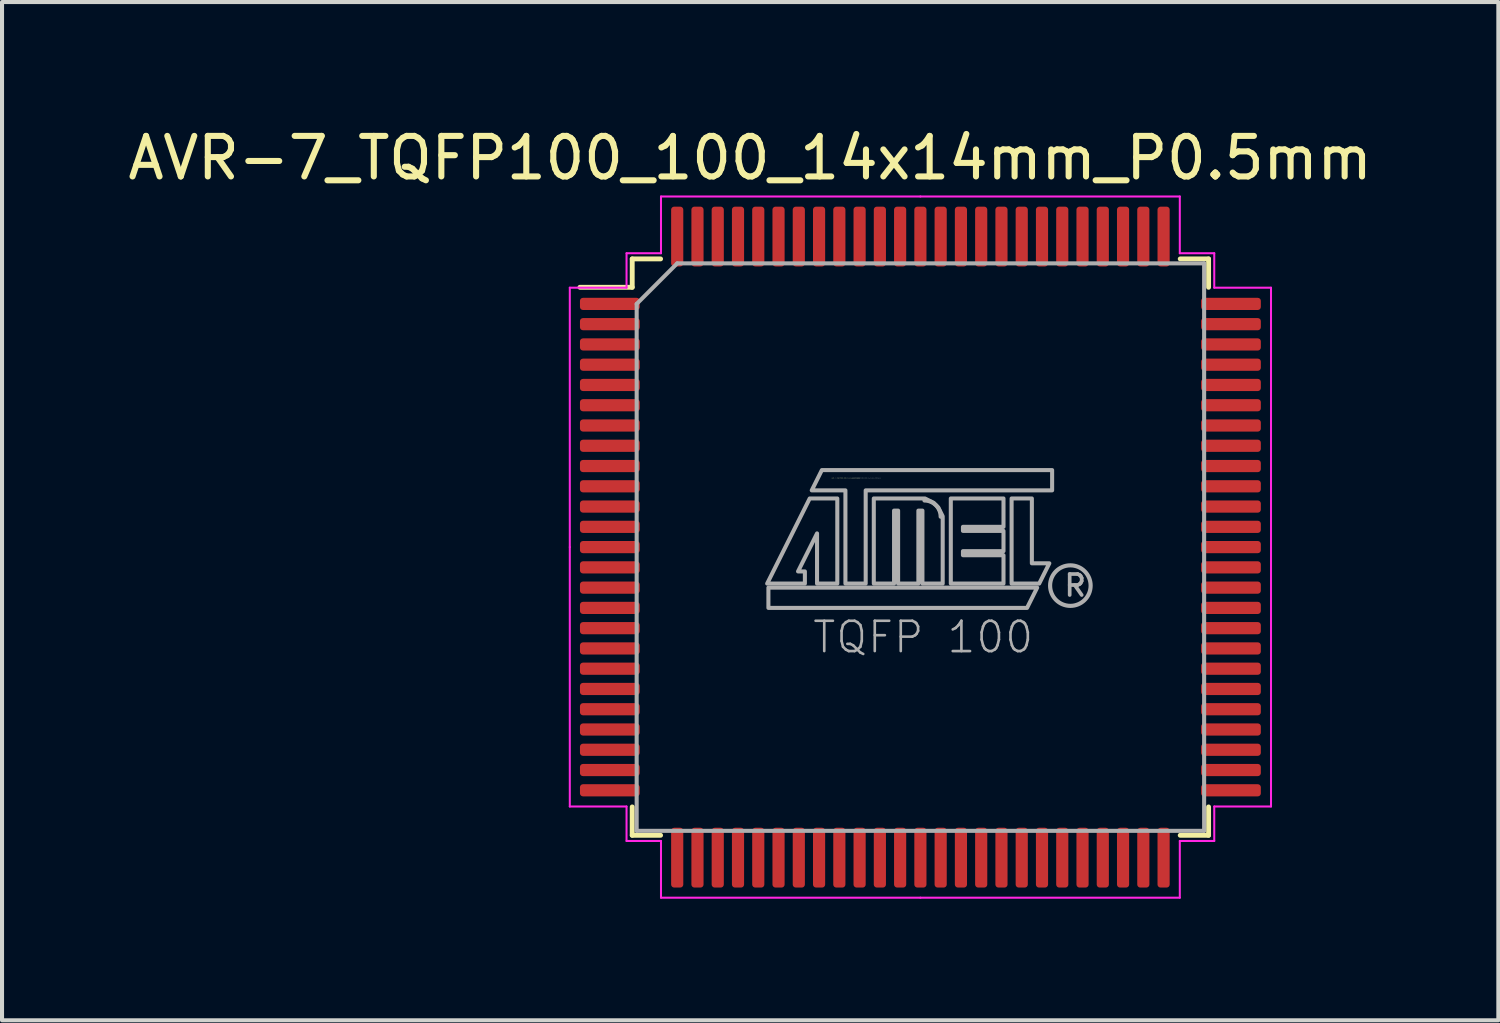
<source format=kicad_pcb>
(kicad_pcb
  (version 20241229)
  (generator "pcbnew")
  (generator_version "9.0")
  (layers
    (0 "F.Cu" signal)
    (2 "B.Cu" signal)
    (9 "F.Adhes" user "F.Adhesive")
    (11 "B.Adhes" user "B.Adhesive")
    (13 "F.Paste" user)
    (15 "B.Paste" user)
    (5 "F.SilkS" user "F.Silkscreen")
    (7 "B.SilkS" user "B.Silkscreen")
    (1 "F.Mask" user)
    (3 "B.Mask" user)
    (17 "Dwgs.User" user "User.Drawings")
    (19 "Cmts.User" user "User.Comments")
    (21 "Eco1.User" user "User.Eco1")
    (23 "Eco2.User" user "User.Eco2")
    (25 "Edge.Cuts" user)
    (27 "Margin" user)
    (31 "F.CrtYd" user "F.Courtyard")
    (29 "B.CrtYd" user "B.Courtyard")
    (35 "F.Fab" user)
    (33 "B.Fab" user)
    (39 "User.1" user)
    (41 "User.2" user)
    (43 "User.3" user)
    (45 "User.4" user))
  (footprint "AVR-7_TQFP100_100_14x14mm_P0.5mm"
    (layer "F.Cu")
    (at 19.658 10.448)
    (property "Reference" "AVR-7_TQFP100_100_14x14mm_P0.5mm" (at -4.2 -9.6 0) (layer "F.SilkS") (effects (font (size 1 1) (thickness 0.15))))
    (property "Value" "AVR-7_TQFP100_100_14x14mm_P0.5mm" (at 0 9.35 0) (layer "F.Fab") (hide yes) (effects (font (size 0.6 0.6) (thickness 0.15))))
    (attr smd)
    (fp_line (start -7.11 -7.11) (end -7.11 -6.41) (stroke (width 0.12) (type solid)) (layer "F.SilkS"))
    (fp_line (start -7.11 -6.41) (end -8.4 -6.41) (stroke (width 0.12) (type solid)) (layer "F.SilkS"))
    (fp_line (start -7.11 7.11) (end -7.11 6.41) (stroke (width 0.12) (type solid)) (layer "F.SilkS"))
    (fp_line (start -6.41 -7.11) (end -7.11 -7.11) (stroke (width 0.12) (type solid)) (layer "F.SilkS"))
    (fp_line (start -6.41 7.11) (end -7.11 7.11) (stroke (width 0.12) (type solid)) (layer "F.SilkS"))
    (fp_line (start 6.41 -7.11) (end 7.11 -7.11) (stroke (width 0.12) (type solid)) (layer "F.SilkS"))
    (fp_line (start 6.41 7.11) (end 7.11 7.11) (stroke (width 0.12) (type solid)) (layer "F.SilkS"))
    (fp_line (start 7.11 -7.11) (end 7.11 -6.41) (stroke (width 0.12) (type solid)) (layer "F.SilkS"))
    (fp_line (start 7.11 7.11) (end 7.11 6.41) (stroke (width 0.12) (type solid)) (layer "F.SilkS"))
    (fp_line (start -8.65 -6.4) (end -8.65 0) (stroke (width 0.05) (type solid)) (layer "F.CrtYd"))
    (fp_line (start -8.65 6.4) (end -8.65 0) (stroke (width 0.05) (type solid)) (layer "F.CrtYd"))
    (fp_line (start -7.25 -7.25) (end -7.25 -6.4) (stroke (width 0.05) (type solid)) (layer "F.CrtYd"))
    (fp_line (start -7.25 -6.4) (end -8.65 -6.4) (stroke (width 0.05) (type solid)) (layer "F.CrtYd"))
    (fp_line (start -7.25 6.4) (end -8.65 6.4) (stroke (width 0.05) (type solid)) (layer "F.CrtYd"))
    (fp_line (start -7.25 7.25) (end -7.25 6.4) (stroke (width 0.05) (type solid)) (layer "F.CrtYd"))
    (fp_line (start -6.4 -8.65) (end -6.4 -7.25) (stroke (width 0.05) (type solid)) (layer "F.CrtYd"))
    (fp_line (start -6.4 -7.25) (end -7.25 -7.25) (stroke (width 0.05) (type solid)) (layer "F.CrtYd"))
    (fp_line (start -6.4 7.25) (end -7.25 7.25) (stroke (width 0.05) (type solid)) (layer "F.CrtYd"))
    (fp_line (start -6.4 8.65) (end -6.4 7.25) (stroke (width 0.05) (type solid)) (layer "F.CrtYd"))
    (fp_line (start 0 -8.65) (end -6.4 -8.65) (stroke (width 0.05) (type solid)) (layer "F.CrtYd"))
    (fp_line (start 0 -8.65) (end 6.4 -8.65) (stroke (width 0.05) (type solid)) (layer "F.CrtYd"))
    (fp_line (start 0 8.65) (end -6.4 8.65) (stroke (width 0.05) (type solid)) (layer "F.CrtYd"))
    (fp_line (start 0 8.65) (end 6.4 8.65) (stroke (width 0.05) (type solid)) (layer "F.CrtYd"))
    (fp_line (start 6.4 -8.65) (end 6.4 -7.25) (stroke (width 0.05) (type solid)) (layer "F.CrtYd"))
    (fp_line (start 6.4 -7.25) (end 7.25 -7.25) (stroke (width 0.05) (type solid)) (layer "F.CrtYd"))
    (fp_line (start 6.4 7.25) (end 7.25 7.25) (stroke (width 0.05) (type solid)) (layer "F.CrtYd"))
    (fp_line (start 6.4 8.65) (end 6.4 7.25) (stroke (width 0.05) (type solid)) (layer "F.CrtYd"))
    (fp_line (start 7.25 -7.25) (end 7.25 -6.4) (stroke (width 0.05) (type solid)) (layer "F.CrtYd"))
    (fp_line (start 7.25 -6.4) (end 8.65 -6.4) (stroke (width 0.05) (type solid)) (layer "F.CrtYd"))
    (fp_line (start 7.25 6.4) (end 8.65 6.4) (stroke (width 0.05) (type solid)) (layer "F.CrtYd"))
    (fp_line (start 7.25 7.25) (end 7.25 6.4) (stroke (width 0.05) (type solid)) (layer "F.CrtYd"))
    (fp_line (start 8.65 -6.4) (end 8.65 0) (stroke (width 0.05) (type solid)) (layer "F.CrtYd"))
    (fp_line (start 8.65 6.4) (end 8.65 0) (stroke (width 0.05) (type solid)) (layer "F.CrtYd"))
    (fp_line (start -7 -6) (end -6 -7) (stroke (width 0.1) (type solid)) (layer "F.Fab"))
    (fp_line (start -7 7) (end -7 -6) (stroke (width 0.1) (type solid)) (layer "F.Fab"))
    (fp_line (start -6 -7) (end 7 -7) (stroke (width 0.1) (type solid)) (layer "F.Fab"))
    (fp_line (start 7 -7) (end 7 7) (stroke (width 0.1) (type solid)) (layer "F.Fab"))
    (fp_line (start 7 7) (end -7 7) (stroke (width 0.1) (type solid)) (layer "F.Fab"))
    (fp_arc (start 0.1001 -1.1497) (mid 0.382893 -1.032522) (end 0.5 -0.7497) (stroke (width 0.1016) (type solid)) (layer "F.Fab"))
    (fp_circle (center 3.7 0.95) (end 4.2 0.95) (stroke (width 0.102) (type solid)) (fill no) (layer "F.Fab"))
    (fp_poly (pts (xy 2.631 1.5) (xy -3.75 1.5) (xy -3.75 1) (xy 2.881 1)) (stroke (width 0.1) (type default)) (fill no) (layer "F.Fab"))
    (fp_poly (pts (xy 2.75 0.4) (xy 3.181 0.4) (xy 2.931 0.9) (xy 2.25 0.9) (xy 2.25 -1.2) (xy 2.75 -1.2)) (stroke (width 0.1) (type default)) (fill no) (layer "F.Fab"))
    (fp_poly (pts (xy 3.25 -1.4) (xy -1.35 -1.4) (xy -1.35 0.9) (xy -1.85 0.9) (xy -1.85 -1.4) (xy -2.681 -1.4) (xy -2.431 -1.9) (xy 3.25 -1.9)) (stroke (width 0.1) (type default)) (fill no) (layer "F.Fab"))
    (fp_poly (pts (xy -2.05 0.9) (xy -2.55 0.9) (xy -2.55 -0.338) (xy -3.019 0.6) (xy -2.85 0.6) (xy -2.85 0.9) (xy -3.781 0.9) (xy -2.731 -1.2) (xy -2.05 -1.2)) (stroke (width 0.1) (type default)) (fill no) (layer "F.Fab"))
    (fp_poly (pts (xy 2.05 -0.5) (xy 1.05 -0.5) (xy 1.05 -0.4) (xy 2.05 -0.4) (xy 2.05 0.1) (xy 1.05 0.1) (xy 1.05 0.2) (xy 2.05 0.2) (xy 2.05 0.9) (xy 0.75 0.9) (xy 0.75 -1.2) (xy 2.05 -1.2)) (stroke (width 0.1) (type default)) (fill no) (layer "F.Fab"))
    (fp_poly (pts (xy 0.33 -1.091) (xy 0.441 -0.979) (xy 0.55 -0.761) (xy 0.55 0.9) (xy 0.05 0.9) (xy 0.05 -0.9) (xy -0.05 -0.9) (xy -0.05 0.9) (xy -0.55 0.9) (xy -0.55 -0.9) (xy -0.65 -0.9) (xy -0.65 0.9) (xy -1.15 0.9) (xy -1.15 -1.2) (xy 0.112 -1.2)) (stroke (width 0.1) (type default)) (fill no) (layer "F.Fab"))
    (fp_text user "${REFERENCE}" (at -2.192 -1.688 0) (layer "F.SilkS") (effects (font (size 0.023 0.023) (thickness 0.002)) (justify left bottom)))
    (fp_text user "${VALUE}" (at -1.684 -1.688 0) (layer "F.Fab") (effects (font (size 0.023 0.023) (thickness 0.002)) (justify left bottom)))
    (fp_text user "R" (at 3.5 1.25 0) (layer "F.Fab") (effects (font (size 0.518 0.518) (thickness 0.091)) (justify left bottom)))
    (fp_text user "TQFP 100" (at -2.7 2.66 0) (layer "F.Fab") (effects (font (size 0.748 0.748) (thickness 0.065)) (justify left bottom)))
    (pad "1" smd roundrect (at -7.662 -6) (size 1.475 0.3) (layers "F.Cu" "F.Mask" "F.Paste") (roundrect_rratio 0.25))
    (pad "2" smd roundrect (at -7.662 -5.5) (size 1.475 0.3) (layers "F.Cu" "F.Mask" "F.Paste") (roundrect_rratio 0.25))
    (pad "3" smd roundrect (at -7.662 -5) (size 1.475 0.3) (layers "F.Cu" "F.Mask" "F.Paste") (roundrect_rratio 0.25))
    (pad "4" smd roundrect (at -7.662 -4.5) (size 1.475 0.3) (layers "F.Cu" "F.Mask" "F.Paste") (roundrect_rratio 0.25))
    (pad "5" smd roundrect (at -7.662 -4) (size 1.475 0.3) (layers "F.Cu" "F.Mask" "F.Paste") (roundrect_rratio 0.25))
    (pad "6" smd roundrect (at -7.662 -3.5) (size 1.475 0.3) (layers "F.Cu" "F.Mask" "F.Paste") (roundrect_rratio 0.25))
    (pad "7" smd roundrect (at -7.662 -3) (size 1.475 0.3) (layers "F.Cu" "F.Mask" "F.Paste") (roundrect_rratio 0.25))
    (pad "8" smd roundrect (at -7.662 -2.5) (size 1.475 0.3) (layers "F.Cu" "F.Mask" "F.Paste") (roundrect_rratio 0.25))
    (pad "9" smd roundrect (at -7.662 -2) (size 1.475 0.3) (layers "F.Cu" "F.Mask" "F.Paste") (roundrect_rratio 0.25))
    (pad "10" smd roundrect (at -7.662 -1.5) (size 1.475 0.3) (layers "F.Cu" "F.Mask" "F.Paste") (roundrect_rratio 0.25))
    (pad "11" smd roundrect (at -7.662 -1) (size 1.475 0.3) (layers "F.Cu" "F.Mask" "F.Paste") (roundrect_rratio 0.25))
    (pad "12" smd roundrect (at -7.662 -0.5) (size 1.475 0.3) (layers "F.Cu" "F.Mask" "F.Paste") (roundrect_rratio 0.25))
    (pad "13" smd roundrect (at -7.662 0) (size 1.475 0.3) (layers "F.Cu" "F.Mask" "F.Paste") (roundrect_rratio 0.25))
    (pad "14" smd roundrect (at -7.662 0.5) (size 1.475 0.3) (layers "F.Cu" "F.Mask" "F.Paste") (roundrect_rratio 0.25))
    (pad "15" smd roundrect (at -7.662 1) (size 1.475 0.3) (layers "F.Cu" "F.Mask" "F.Paste") (roundrect_rratio 0.25))
    (pad "16" smd roundrect (at -7.662 1.5) (size 1.475 0.3) (layers "F.Cu" "F.Mask" "F.Paste") (roundrect_rratio 0.25))
    (pad "17" smd roundrect (at -7.662 2) (size 1.475 0.3) (layers "F.Cu" "F.Mask" "F.Paste") (roundrect_rratio 0.25))
    (pad "18" smd roundrect (at -7.662 2.5) (size 1.475 0.3) (layers "F.Cu" "F.Mask" "F.Paste") (roundrect_rratio 0.25))
    (pad "19" smd roundrect (at -7.662 3) (size 1.475 0.3) (layers "F.Cu" "F.Mask" "F.Paste") (roundrect_rratio 0.25))
    (pad "20" smd roundrect (at -7.662 3.5) (size 1.475 0.3) (layers "F.Cu" "F.Mask" "F.Paste") (roundrect_rratio 0.25))
    (pad "21" smd roundrect (at -7.662 4) (size 1.475 0.3) (layers "F.Cu" "F.Mask" "F.Paste") (roundrect_rratio 0.25))
    (pad "22" smd roundrect (at -7.662 4.5) (size 1.475 0.3) (layers "F.Cu" "F.Mask" "F.Paste") (roundrect_rratio 0.25))
    (pad "23" smd roundrect (at -7.662 5) (size 1.475 0.3) (layers "F.Cu" "F.Mask" "F.Paste") (roundrect_rratio 0.25))
    (pad "24" smd roundrect (at -7.662 5.5) (size 1.475 0.3) (layers "F.Cu" "F.Mask" "F.Paste") (roundrect_rratio 0.25))
    (pad "25" smd roundrect (at -7.662 6) (size 1.475 0.3) (layers "F.Cu" "F.Mask" "F.Paste") (roundrect_rratio 0.25))
    (pad "26" smd roundrect (at -6 7.662) (size 0.3 1.475) (layers "F.Cu" "F.Mask" "F.Paste") (roundrect_rratio 0.25))
    (pad "27" smd roundrect (at -5.5 7.662) (size 0.3 1.475) (layers "F.Cu" "F.Mask" "F.Paste") (roundrect_rratio 0.25))
    (pad "28" smd roundrect (at -5 7.662) (size 0.3 1.475) (layers "F.Cu" "F.Mask" "F.Paste") (roundrect_rratio 0.25))
    (pad "29" smd roundrect (at -4.5 7.662) (size 0.3 1.475) (layers "F.Cu" "F.Mask" "F.Paste") (roundrect_rratio 0.25))
    (pad "30" smd roundrect (at -4 7.662) (size 0.3 1.475) (layers "F.Cu" "F.Mask" "F.Paste") (roundrect_rratio 0.25))
    (pad "31" smd roundrect (at -3.5 7.662) (size 0.3 1.475) (layers "F.Cu" "F.Mask" "F.Paste") (roundrect_rratio 0.25))
    (pad "32" smd roundrect (at -3 7.662) (size 0.3 1.475) (layers "F.Cu" "F.Mask" "F.Paste") (roundrect_rratio 0.25))
    (pad "33" smd roundrect (at -2.5 7.662) (size 0.3 1.475) (layers "F.Cu" "F.Mask" "F.Paste") (roundrect_rratio 0.25))
    (pad "34" smd roundrect (at -2 7.662) (size 0.3 1.475) (layers "F.Cu" "F.Mask" "F.Paste") (roundrect_rratio 0.25))
    (pad "35" smd roundrect (at -1.5 7.662) (size 0.3 1.475) (layers "F.Cu" "F.Mask" "F.Paste") (roundrect_rratio 0.25))
    (pad "36" smd roundrect (at -1 7.662) (size 0.3 1.475) (layers "F.Cu" "F.Mask" "F.Paste") (roundrect_rratio 0.25))
    (pad "37" smd roundrect (at -0.5 7.662) (size 0.3 1.475) (layers "F.Cu" "F.Mask" "F.Paste") (roundrect_rratio 0.25))
    (pad "38" smd roundrect (at 0 7.662) (size 0.3 1.475) (layers "F.Cu" "F.Mask" "F.Paste") (roundrect_rratio 0.25))
    (pad "39" smd roundrect (at 0.5 7.662) (size 0.3 1.475) (layers "F.Cu" "F.Mask" "F.Paste") (roundrect_rratio 0.25))
    (pad "40" smd roundrect (at 1 7.662) (size 0.3 1.475) (layers "F.Cu" "F.Mask" "F.Paste") (roundrect_rratio 0.25))
    (pad "41" smd roundrect (at 1.5 7.662) (size 0.3 1.475) (layers "F.Cu" "F.Mask" "F.Paste") (roundrect_rratio 0.25))
    (pad "42" smd roundrect (at 2 7.662) (size 0.3 1.475) (layers "F.Cu" "F.Mask" "F.Paste") (roundrect_rratio 0.25))
    (pad "43" smd roundrect (at 2.5 7.662) (size 0.3 1.475) (layers "F.Cu" "F.Mask" "F.Paste") (roundrect_rratio 0.25))
    (pad "44" smd roundrect (at 3 7.662) (size 0.3 1.475) (layers "F.Cu" "F.Mask" "F.Paste") (roundrect_rratio 0.25))
    (pad "45" smd roundrect (at 3.5 7.662) (size 0.3 1.475) (layers "F.Cu" "F.Mask" "F.Paste") (roundrect_rratio 0.25))
    (pad "46" smd roundrect (at 4 7.662) (size 0.3 1.475) (layers "F.Cu" "F.Mask" "F.Paste") (roundrect_rratio 0.25))
    (pad "47" smd roundrect (at 4.5 7.662) (size 0.3 1.475) (layers "F.Cu" "F.Mask" "F.Paste") (roundrect_rratio 0.25))
    (pad "48" smd roundrect (at 5 7.662) (size 0.3 1.475) (layers "F.Cu" "F.Mask" "F.Paste") (roundrect_rratio 0.25))
    (pad "49" smd roundrect (at 5.5 7.662) (size 0.3 1.475) (layers "F.Cu" "F.Mask" "F.Paste") (roundrect_rratio 0.25))
    (pad "50" smd roundrect (at 6 7.662) (size 0.3 1.475) (layers "F.Cu" "F.Mask" "F.Paste") (roundrect_rratio 0.25))
    (pad "51" smd roundrect (at 7.662 6) (size 1.475 0.3) (layers "F.Cu" "F.Mask" "F.Paste") (roundrect_rratio 0.25))
    (pad "52" smd roundrect (at 7.662 5.5) (size 1.475 0.3) (layers "F.Cu" "F.Mask" "F.Paste") (roundrect_rratio 0.25))
    (pad "53" smd roundrect (at 7.662 5) (size 1.475 0.3) (layers "F.Cu" "F.Mask" "F.Paste") (roundrect_rratio 0.25))
    (pad "54" smd roundrect (at 7.662 4.5) (size 1.475 0.3) (layers "F.Cu" "F.Mask" "F.Paste") (roundrect_rratio 0.25))
    (pad "55" smd roundrect (at 7.662 4) (size 1.475 0.3) (layers "F.Cu" "F.Mask" "F.Paste") (roundrect_rratio 0.25))
    (pad "56" smd roundrect (at 7.662 3.5) (size 1.475 0.3) (layers "F.Cu" "F.Mask" "F.Paste") (roundrect_rratio 0.25))
    (pad "57" smd roundrect (at 7.662 3) (size 1.475 0.3) (layers "F.Cu" "F.Mask" "F.Paste") (roundrect_rratio 0.25))
    (pad "58" smd roundrect (at 7.662 2.5) (size 1.475 0.3) (layers "F.Cu" "F.Mask" "F.Paste") (roundrect_rratio 0.25))
    (pad "59" smd roundrect (at 7.662 2) (size 1.475 0.3) (layers "F.Cu" "F.Mask" "F.Paste") (roundrect_rratio 0.25))
    (pad "60" smd roundrect (at 7.662 1.5) (size 1.475 0.3) (layers "F.Cu" "F.Mask" "F.Paste") (roundrect_rratio 0.25))
    (pad "61" smd roundrect (at 7.662 1) (size 1.475 0.3) (layers "F.Cu" "F.Mask" "F.Paste") (roundrect_rratio 0.25))
    (pad "62" smd roundrect (at 7.662 0.5) (size 1.475 0.3) (layers "F.Cu" "F.Mask" "F.Paste") (roundrect_rratio 0.25))
    (pad "63" smd roundrect (at 7.662 0) (size 1.475 0.3) (layers "F.Cu" "F.Mask" "F.Paste") (roundrect_rratio 0.25))
    (pad "64" smd roundrect (at 7.662 -0.5) (size 1.475 0.3) (layers "F.Cu" "F.Mask" "F.Paste") (roundrect_rratio 0.25))
    (pad "65" smd roundrect (at 7.662 -1) (size 1.475 0.3) (layers "F.Cu" "F.Mask" "F.Paste") (roundrect_rratio 0.25))
    (pad "66" smd roundrect (at 7.662 -1.5) (size 1.475 0.3) (layers "F.Cu" "F.Mask" "F.Paste") (roundrect_rratio 0.25))
    (pad "67" smd roundrect (at 7.662 -2) (size 1.475 0.3) (layers "F.Cu" "F.Mask" "F.Paste") (roundrect_rratio 0.25))
    (pad "68" smd roundrect (at 7.662 -2.5) (size 1.475 0.3) (layers "F.Cu" "F.Mask" "F.Paste") (roundrect_rratio 0.25))
    (pad "69" smd roundrect (at 7.662 -3) (size 1.475 0.3) (layers "F.Cu" "F.Mask" "F.Paste") (roundrect_rratio 0.25))
    (pad "70" smd roundrect (at 7.662 -3.5) (size 1.475 0.3) (layers "F.Cu" "F.Mask" "F.Paste") (roundrect_rratio 0.25))
    (pad "71" smd roundrect (at 7.662 -4) (size 1.475 0.3) (layers "F.Cu" "F.Mask" "F.Paste") (roundrect_rratio 0.25))
    (pad "72" smd roundrect (at 7.662 -4.5) (size 1.475 0.3) (layers "F.Cu" "F.Mask" "F.Paste") (roundrect_rratio 0.25))
    (pad "73" smd roundrect (at 7.662 -5) (size 1.475 0.3) (layers "F.Cu" "F.Mask" "F.Paste") (roundrect_rratio 0.25))
    (pad "74" smd roundrect (at 7.662 -5.5) (size 1.475 0.3) (layers "F.Cu" "F.Mask" "F.Paste") (roundrect_rratio 0.25))
    (pad "75" smd roundrect (at 7.662 -6) (size 1.475 0.3) (layers "F.Cu" "F.Mask" "F.Paste") (roundrect_rratio 0.25))
    (pad "76" smd roundrect (at 6 -7.662) (size 0.3 1.475) (layers "F.Cu" "F.Mask" "F.Paste") (roundrect_rratio 0.25))
    (pad "77" smd roundrect (at 5.5 -7.662) (size 0.3 1.475) (layers "F.Cu" "F.Mask" "F.Paste") (roundrect_rratio 0.25))
    (pad "78" smd roundrect (at 5 -7.662) (size 0.3 1.475) (layers "F.Cu" "F.Mask" "F.Paste") (roundrect_rratio 0.25))
    (pad "79" smd roundrect (at 4.5 -7.662) (size 0.3 1.475) (layers "F.Cu" "F.Mask" "F.Paste") (roundrect_rratio 0.25))
    (pad "80" smd roundrect (at 4 -7.662) (size 0.3 1.475) (layers "F.Cu" "F.Mask" "F.Paste") (roundrect_rratio 0.25))
    (pad "81" smd roundrect (at 3.5 -7.662) (size 0.3 1.475) (layers "F.Cu" "F.Mask" "F.Paste") (roundrect_rratio 0.25))
    (pad "82" smd roundrect (at 3 -7.662) (size 0.3 1.475) (layers "F.Cu" "F.Mask" "F.Paste") (roundrect_rratio 0.25))
    (pad "83" smd roundrect (at 2.5 -7.662) (size 0.3 1.475) (layers "F.Cu" "F.Mask" "F.Paste") (roundrect_rratio 0.25))
    (pad "84" smd roundrect (at 2 -7.662) (size 0.3 1.475) (layers "F.Cu" "F.Mask" "F.Paste") (roundrect_rratio 0.25))
    (pad "85" smd roundrect (at 1.5 -7.662) (size 0.3 1.475) (layers "F.Cu" "F.Mask" "F.Paste") (roundrect_rratio 0.25))
    (pad "86" smd roundrect (at 1 -7.662) (size 0.3 1.475) (layers "F.Cu" "F.Mask" "F.Paste") (roundrect_rratio 0.25))
    (pad "87" smd roundrect (at 0.5 -7.662) (size 0.3 1.475) (layers "F.Cu" "F.Mask" "F.Paste") (roundrect_rratio 0.25))
    (pad "88" smd roundrect (at 0 -7.662) (size 0.3 1.475) (layers "F.Cu" "F.Mask" "F.Paste") (roundrect_rratio 0.25))
    (pad "89" smd roundrect (at -0.5 -7.662) (size 0.3 1.475) (layers "F.Cu" "F.Mask" "F.Paste") (roundrect_rratio 0.25))
    (pad "90" smd roundrect (at -1 -7.662) (size 0.3 1.475) (layers "F.Cu" "F.Mask" "F.Paste") (roundrect_rratio 0.25))
    (pad "91" smd roundrect (at -1.5 -7.662) (size 0.3 1.475) (layers "F.Cu" "F.Mask" "F.Paste") (roundrect_rratio 0.25))
    (pad "92" smd roundrect (at -2 -7.662) (size 0.3 1.475) (layers "F.Cu" "F.Mask" "F.Paste") (roundrect_rratio 0.25))
    (pad "93" smd roundrect (at -2.5 -7.662) (size 0.3 1.475) (layers "F.Cu" "F.Mask" "F.Paste") (roundrect_rratio 0.25))
    (pad "94" smd roundrect (at -3 -7.662) (size 0.3 1.475) (layers "F.Cu" "F.Mask" "F.Paste") (roundrect_rratio 0.25))
    (pad "95" smd roundrect (at -3.5 -7.662) (size 0.3 1.475) (layers "F.Cu" "F.Mask" "F.Paste") (roundrect_rratio 0.25))
    (pad "96" smd roundrect (at -4 -7.662) (size 0.3 1.475) (layers "F.Cu" "F.Mask" "F.Paste") (roundrect_rratio 0.25))
    (pad "97" smd roundrect (at -4.5 -7.662) (size 0.3 1.475) (layers "F.Cu" "F.Mask" "F.Paste") (roundrect_rratio 0.25))
    (pad "98" smd roundrect (at -5 -7.662) (size 0.3 1.475) (layers "F.Cu" "F.Mask" "F.Paste") (roundrect_rratio 0.25))
    (pad "99" smd roundrect (at -5.5 -7.662) (size 0.3 1.475) (layers "F.Cu" "F.Mask" "F.Paste") (roundrect_rratio 0.25))
    (pad "100" smd roundrect (at -6 -7.662) (size 0.3 1.475) (layers "F.Cu" "F.Mask" "F.Paste") (roundrect_rratio 0.25)))
  (gr_rect
    (start -3 -3)
    (end 33.917 22.123)
    (stroke (width 0.1) (type default))
    (fill no)
    (layer "Edge.Cuts")))
</source>
